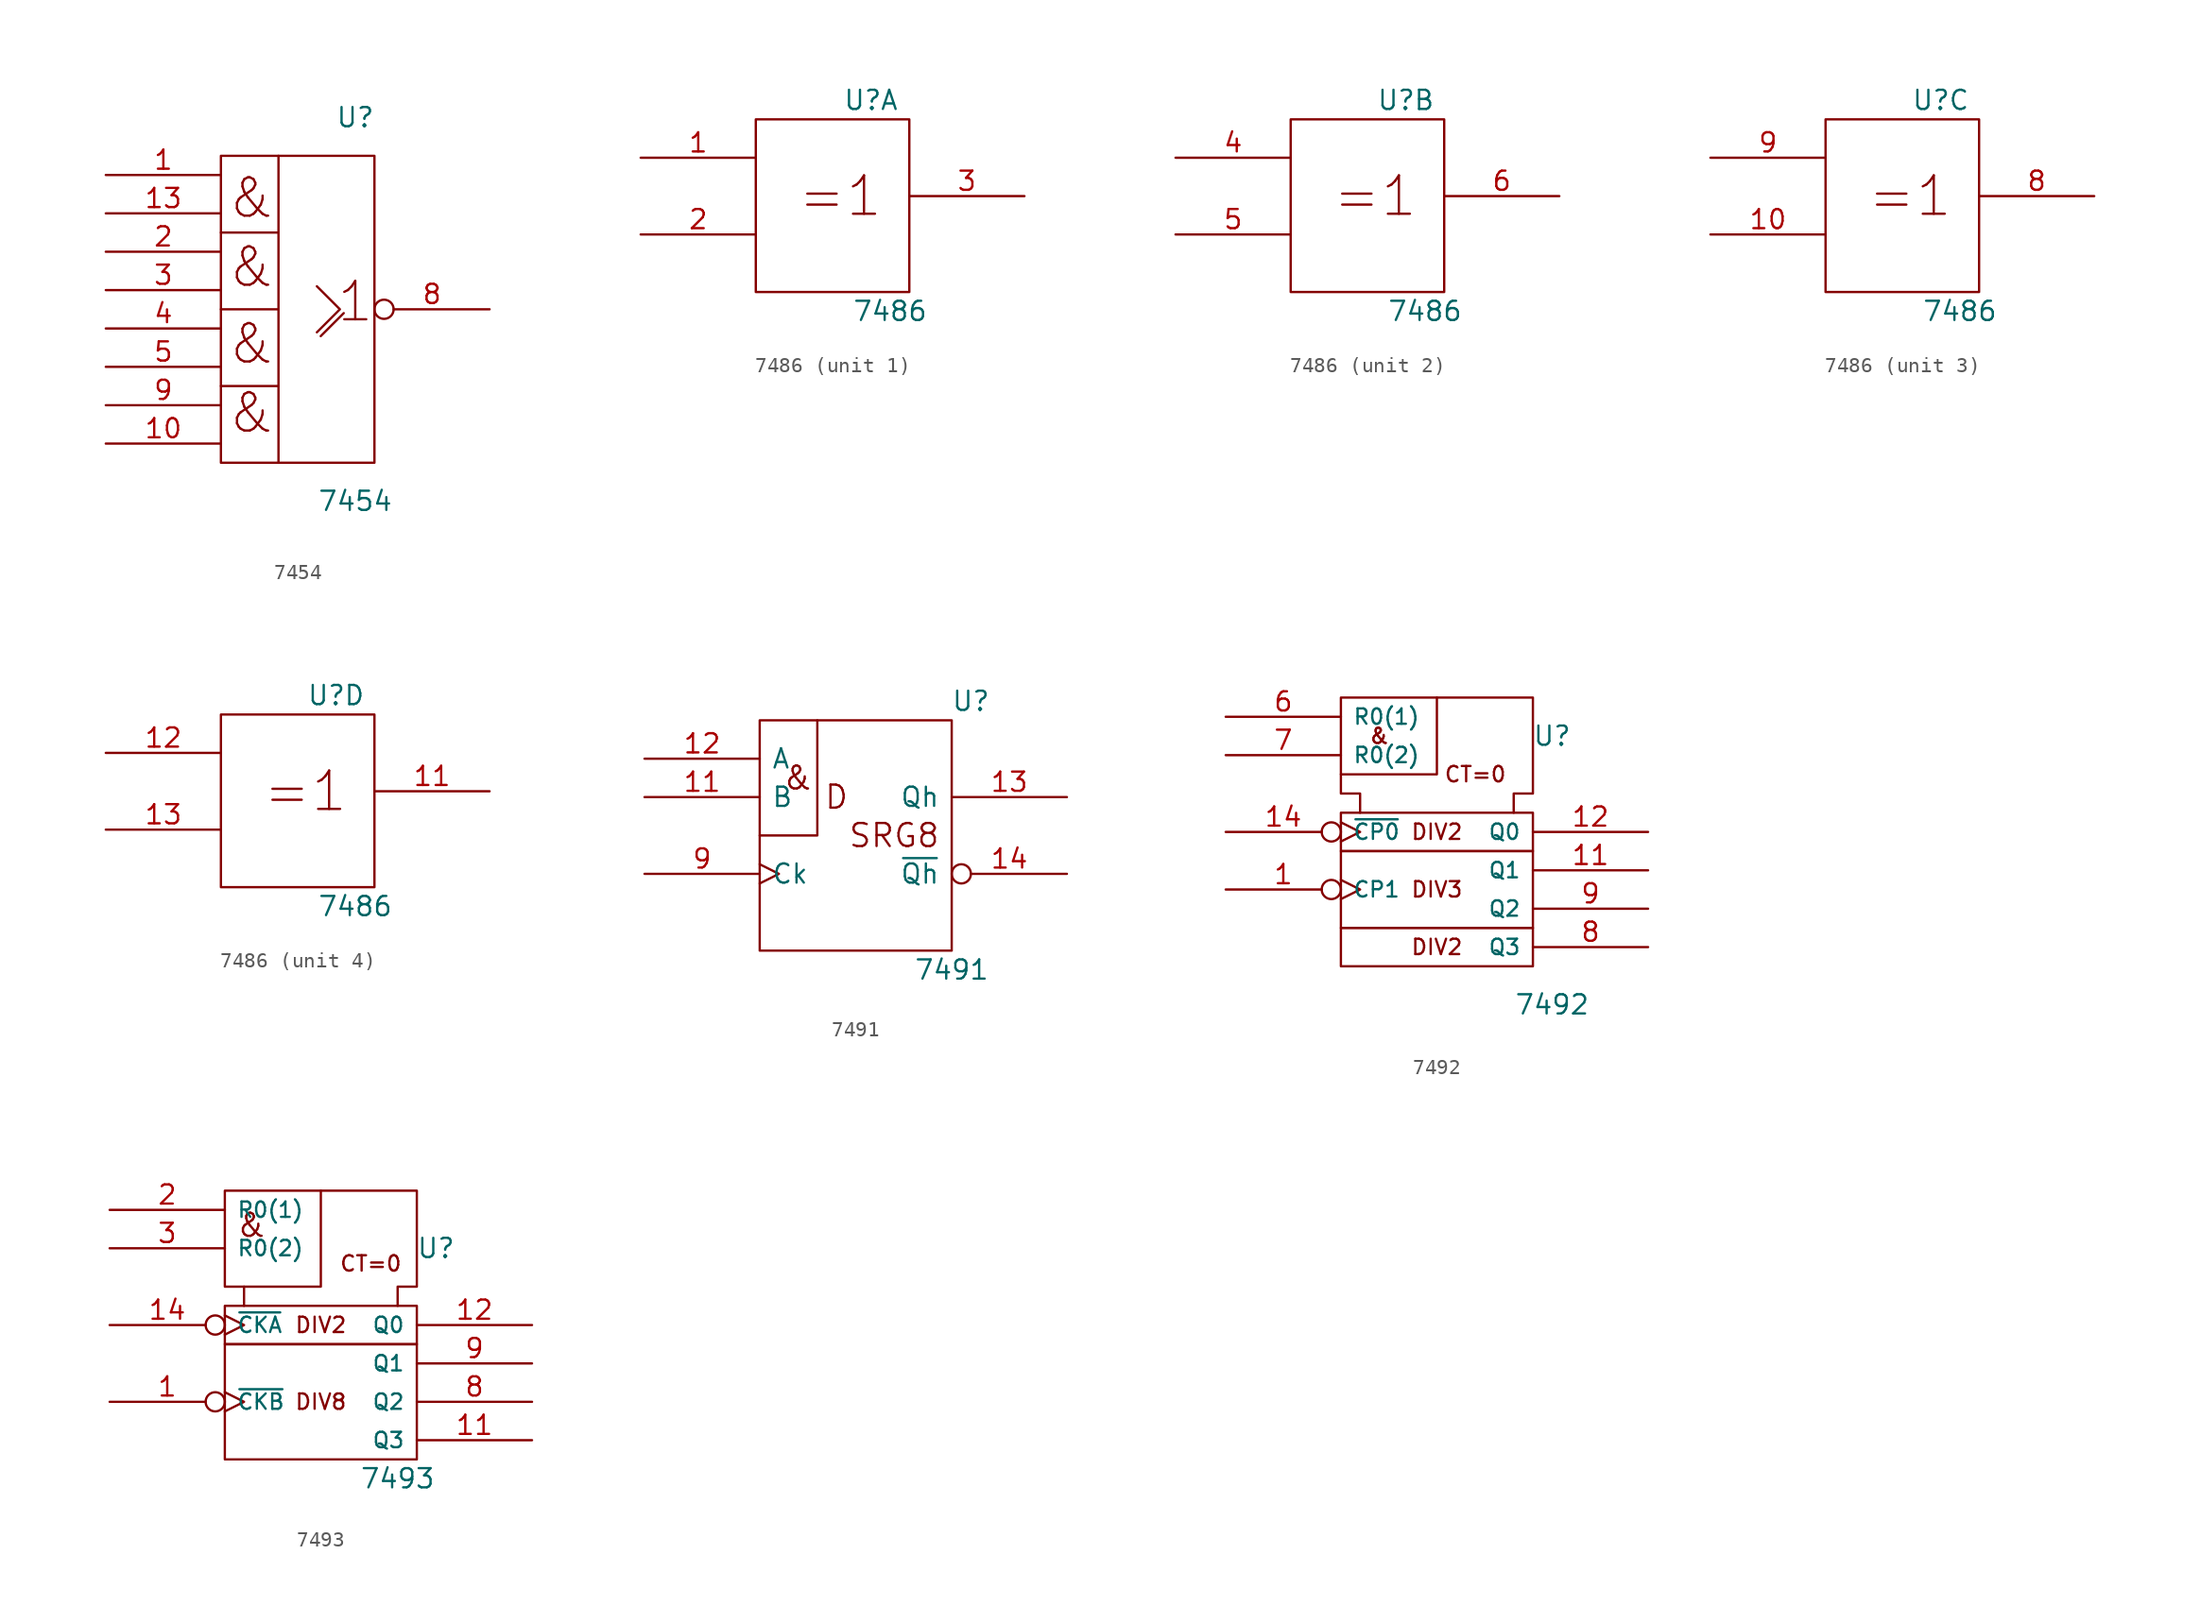
<source format=kicad_sym>
(kicad_symbol_lib
  (version 20201005)
  (generator kicad_symbol_editor)
  (symbol "74xx_IEEE:7454"
    (pin_names
      (offset 0.762))
    (property "Reference" "U"
      (at 3.81 12.7 0)
      (effects (font (size 1.27 1.27))))
    (property "Value" "7454"
      (at 3.81 -12.7 0)
      (effects (font (size 1.27 1.27))))
    (symbol "7454_0_0"
      (text "&" (at -3.048 -6.858 0) (effects (font (size 2.54 2.54))))
      (text "&" (at -3.048 -2.286 0) (effects (font (size 2.54 2.54))))
      (text "&" (at -3.048 2.794 0) (effects (font (size 2.54 2.54))))
      (text "&" (at -3.048 7.366 0) (effects (font (size 2.54 2.54))))
      (text "1" (at 3.81 0.508 0) (effects (font (size 2.54 2.54))))
      (polyline (pts (xy 1.524 -1.778) (xy 3.048 -0.254) (xy 3.048 -0.254)) (stroke (width 0)) (fill (type none)))
      (polyline (pts (xy 1.27 1.524) (xy 2.794 0) (xy 1.27 -1.524) (xy 1.27 -1.524)) (stroke (width 0)) (fill (type none)))
      (pin power_in line (at 0 10.16 270) (length 0) hide (name "VCC" (effects (font (size 1.27 1.27)))) (number "14" (effects (font (size 1.27 1.27))))))
    (symbol "7454_0_1"
      (rectangle (start -5.08 10.16) (end 5.08 -10.16) (stroke (width 0)) (fill (type none)))
      (polyline (pts (xy -1.27 10.16) (xy -1.27 5.08) (xy -5.08 5.08) (xy -1.27 5.08) (xy -1.27 0) (xy -5.08 0) (xy -1.27 0) (xy -1.27 -5.08) (xy -5.08 -5.08) (xy -1.27 -5.08) (xy -1.27 -10.16) (xy -1.27 -10.16)) (stroke (width 0)) (fill (type none)))
      (pin power_in line (at 0 -10.16 90) (length 0) hide (name "GND" (effects (font (size 1.27 1.27)))) (number "7" (effects (font (size 1.27 1.27))))))
    (symbol "7454_1_1"
      (pin input line (at -12.7 8.89 0) (length 7.62) (name "~" (effects (font (size 1.27 1.27)))) (number "1" (effects (font (size 1.27 1.27)))))
      (pin input line (at -12.7 -8.89 0) (length 7.62) (name "~" (effects (font (size 1.27 1.27)))) (number "10" (effects (font (size 1.27 1.27)))))
      (pin input line (at -12.7 6.35 0) (length 7.62) (name "~" (effects (font (size 1.27 1.27)))) (number "13" (effects (font (size 1.27 1.27)))))
      (pin input line (at -12.7 3.81 0) (length 7.62) (name "~" (effects (font (size 1.27 1.27)))) (number "2" (effects (font (size 1.27 1.27)))))
      (pin input line (at -12.7 1.27 0) (length 7.62) (name "~" (effects (font (size 1.27 1.27)))) (number "3" (effects (font (size 1.27 1.27)))))
      (pin input line (at -12.7 -1.27 0) (length 7.62) (name "~" (effects (font (size 1.27 1.27)))) (number "4" (effects (font (size 1.27 1.27)))))
      (pin input line (at -12.7 -3.81 0) (length 7.62) (name "~" (effects (font (size 1.27 1.27)))) (number "5" (effects (font (size 1.27 1.27)))))
      (pin output inverted (at 12.7 0 180) (length 7.62) (name "~" (effects (font (size 1.27 1.27)))) (number "8" (effects (font (size 1.27 1.27)))))
      (pin input line (at -12.7 -6.35 0) (length 7.62) (name "~" (effects (font (size 1.27 1.27)))) (number "9" (effects (font (size 1.27 1.27)))))))
  (symbol "74xx_IEEE:7486"
    (pin_names
      (offset 0.762))
    (property "Reference" "U"
      (at 2.54 6.35 0)
      (effects (font (size 1.27 1.27))))
    (property "Value" "7486"
      (at 3.81 -7.62 0)
      (effects (font (size 1.27 1.27))))
    (symbol "7486_0_1"
      (text "=1" (at 0.508 0 0) (effects (font (size 2.54 2.54))))
      (rectangle (start -5.08 5.08) (end 5.08 -6.35) (stroke (width 0)) (fill (type none)))
      (pin power_in line (at 0 5.08 270) (length 0) hide (name "Vcc" (effects (font (size 1.27 1.27)))) (number "14" (effects (font (size 1.27 1.27)))))
      (pin power_in line (at 0 -6.35 90) (length 0) hide (name "Gnd" (effects (font (size 1.27 1.27)))) (number "7" (effects (font (size 1.27 1.27))))))
    (symbol "7486_1_1"
      (pin input line (at -12.7 2.54 0) (length 7.62) (name "~" (effects (font (size 1.27 1.27)))) (number "1" (effects (font (size 1.27 1.27)))))
      (pin input line (at -12.7 -2.54 0) (length 7.62) (name "~" (effects (font (size 1.27 1.27)))) (number "2" (effects (font (size 1.27 1.27)))))
      (pin output line (at 12.7 0 180) (length 7.62) (name "~" (effects (font (size 1.27 1.27)))) (number "3" (effects (font (size 1.27 1.27))))))
    (symbol "7486_2_1"
      (pin input line (at -12.7 2.54 0) (length 7.62) (name "~" (effects (font (size 1.27 1.27)))) (number "4" (effects (font (size 1.27 1.27)))))
      (pin input line (at -12.7 -2.54 0) (length 7.62) (name "~" (effects (font (size 1.27 1.27)))) (number "5" (effects (font (size 1.27 1.27)))))
      (pin output line (at 12.7 0 180) (length 7.62) (name "~" (effects (font (size 1.27 1.27)))) (number "6" (effects (font (size 1.27 1.27))))))
    (symbol "7486_3_1"
      (pin input line (at -12.7 -2.54 0) (length 7.62) (name "~" (effects (font (size 1.27 1.27)))) (number "10" (effects (font (size 1.27 1.27)))))
      (pin output line (at 12.7 0 180) (length 7.62) (name "~" (effects (font (size 1.27 1.27)))) (number "8" (effects (font (size 1.27 1.27)))))
      (pin input line (at -12.7 2.54 0) (length 7.62) (name "~" (effects (font (size 1.27 1.27)))) (number "9" (effects (font (size 1.27 1.27))))))
    (symbol "7486_4_1"
      (pin output line (at 12.7 0 180) (length 7.62) (name "~" (effects (font (size 1.27 1.27)))) (number "11" (effects (font (size 1.27 1.27)))))
      (pin input line (at -12.7 2.54 0) (length 7.62) (name "~" (effects (font (size 1.27 1.27)))) (number "12" (effects (font (size 1.27 1.27)))))
      (pin input line (at -12.7 -2.54 0) (length 7.62) (name "~" (effects (font (size 1.27 1.27)))) (number "13" (effects (font (size 1.27 1.27)))))))
  (symbol "74xx_IEEE:7491"
    (pin_names
      (offset 0.762))
    (property "Reference" "U"
      (at 7.62 8.89 0)
      (effects (font (size 1.27 1.27))))
    (property "Value" "7491"
      (at 6.35 -8.89 0)
      (effects (font (size 1.27 1.27))))
    (symbol "7491_0_0"
      (text "&" (at -3.81 3.81 0) (effects (font (size 1.524 1.524))))
      (text "D" (at -1.27 2.54 0) (effects (font (size 1.524 1.524))))
      (text "SRG8" (at 2.54 0 0) (effects (font (size 1.524 1.524))))
      (pin power_in line (at 0 -7.62 90) (length 0) hide (name "GND" (effects (font (size 1.27 1.27)))) (number "10" (effects (font (size 1.27 1.27)))))
      (pin power_in line (at 0 7.62 270) (length 0) hide (name "VCC" (effects (font (size 1.27 1.27)))) (number "5" (effects (font (size 1.27 1.27))))))
    (symbol "7491_0_1"
      (rectangle (start -6.35 7.62) (end 6.35 -7.62) (stroke (width 0)) (fill (type none)))
      (polyline (pts (xy -2.54 7.62) (xy -2.54 0) (xy -6.35 0) (xy -6.35 0)) (stroke (width 0)) (fill (type none))))
    (symbol "7491_1_1"
      (pin input line (at -13.97 2.54 0) (length 7.62) (name "B" (effects (font (size 1.27 1.27)))) (number "11" (effects (font (size 1.27 1.27)))))
      (pin input line (at -13.97 5.08 0) (length 7.62) (name "A" (effects (font (size 1.27 1.27)))) (number "12" (effects (font (size 1.27 1.27)))))
      (pin output line (at 13.97 2.54 180) (length 7.62) (name "Qh" (effects (font (size 1.27 1.27)))) (number "13" (effects (font (size 1.27 1.27)))))
      (pin output inverted (at 13.97 -2.54 180) (length 7.62) (name "~Qh" (effects (font (size 1.27 1.27)))) (number "14" (effects (font (size 1.27 1.27)))))
      (pin input clock (at -13.97 -2.54 0) (length 7.62) (name "Ck" (effects (font (size 1.27 1.27)))) (number "9" (effects (font (size 1.27 1.27)))))))
  (symbol "74xx_IEEE:7492"
    (pin_names
      (offset 0.762))
    (property "Reference" "U"
      (at 7.62 6.35 0)
      (effects (font (size 1.27 1.27))))
    (property "Value" "7492"
      (at 7.62 -11.43 0)
      (effects (font (size 1.27 1.27))))
    (symbol "7492_0_0"
      (text "&" (at -3.81 6.35 0) (effects (font (size 1.016 1.016))))
      (text "CT=0" (at 2.54 3.81 0) (effects (font (size 1.016 1.016))))
      (text "DIV2" (at 0 -7.62 0) (effects (font (size 1.016 1.016))))
      (text "DIV2" (at 0 0 0) (effects (font (size 1.016 1.016))))
      (text "DIV3" (at 0 -3.81 0) (effects (font (size 1.016 1.016))))
      (rectangle (start -6.35 -6.35) (end 6.35 -8.89) (stroke (width 0)) (fill (type none)))
      (rectangle (start -6.35 -1.27) (end 6.35 -6.35) (stroke (width 0)) (fill (type none)))
      (rectangle (start -6.35 1.27) (end 6.35 -1.27) (stroke (width 0)) (fill (type none)))
      (polyline (pts (xy 0 8.89) (xy 0 3.81) (xy -6.35 3.81) (xy -6.35 3.81)) (stroke (width 0)) (fill (type none)))
      (polyline (pts (xy -5.08 1.27) (xy -5.08 2.54) (xy -6.35 2.54) (xy -6.35 8.89) (xy 6.35 8.89) (xy 6.35 2.54) (xy 5.08 2.54) (xy 5.08 1.27) (xy 5.08 1.27)) (stroke (width 0)) (fill (type none)))
      (pin input line (at 2.54 8.89 270) (length 0) hide (name "GND" (effects (font (size 1.016 1.016)))) (number "10" (effects (font (size 1.27 1.27)))))
      (pin power_in line (at 5.08 8.89 270) (length 0) hide (name "VCC" (effects (font (size 1.016 1.016)))) (number "5" (effects (font (size 1.27 1.27))))))
    (symbol "7492_1_1"
      (pin input inverted_clock (at -13.97 -3.81 0) (length 7.62) (name "CP1" (effects (font (size 1.016 1.016)))) (number "1" (effects (font (size 1.27 1.27)))))
      (pin output line (at 13.97 -2.54 180) (length 7.62) (name "Q1" (effects (font (size 1.016 1.016)))) (number "11" (effects (font (size 1.27 1.27)))))
      (pin output line (at 13.97 0 180) (length 7.62) (name "Q0" (effects (font (size 1.016 1.016)))) (number "12" (effects (font (size 1.27 1.27)))))
      (pin input inverted_clock (at -13.97 0 0) (length 7.62) (name "~CP0" (effects (font (size 1.016 1.016)))) (number "14" (effects (font (size 1.27 1.27)))))
      (pin input line (at -13.97 7.62 0) (length 7.62) (name "R0(1)" (effects (font (size 1.016 1.016)))) (number "6" (effects (font (size 1.27 1.27)))))
      (pin input line (at -13.97 5.08 0) (length 7.62) (name "R0(2)" (effects (font (size 1.016 1.016)))) (number "7" (effects (font (size 1.27 1.27)))))
      (pin output line (at 13.97 -7.62 180) (length 7.62) (name "Q3" (effects (font (size 1.016 1.016)))) (number "8" (effects (font (size 1.27 1.27)))))
      (pin output line (at 13.97 -5.08 180) (length 7.62) (name "Q2" (effects (font (size 1.016 1.016)))) (number "9" (effects (font (size 1.27 1.27)))))))
  (symbol "74xx_IEEE:7493"
    (pin_names
      (offset 0.762))
    (property "Reference" "U"
      (at 7.62 5.08 0)
      (effects (font (size 1.27 1.27))))
    (property "Value" "7493"
      (at 5.08 -10.16 0)
      (effects (font (size 1.27 1.27))))
    (symbol "7493_0_0"
      (text "&" (at -4.572 6.604 0) (effects (font (size 1.524 1.524))))
      (text "CT=0" (at 3.302 4.064 0) (effects (font (size 1.016 1.016))))
      (text "DIV2" (at 0 0 0) (effects (font (size 1.016 1.016))))
      (text "DIV8" (at 0 -5.08 0) (effects (font (size 1.016 1.016))))
      (rectangle (start -6.35 -1.27) (end 6.35 -8.89) (stroke (width 0)) (fill (type none)))
      (rectangle (start -6.35 1.27) (end 6.35 -1.27) (stroke (width 0)) (fill (type none)))
      (polyline (pts (xy 0 8.89) (xy 0 2.54) (xy -5.08 2.54) (xy -5.08 2.54)) (stroke (width 0)) (fill (type none)))
      (polyline (pts (xy -5.08 1.27) (xy -5.08 2.54) (xy -6.35 2.54) (xy -6.35 8.89) (xy 6.35 8.89) (xy 6.35 2.54) (xy 5.08 2.54) (xy 5.08 1.27) (xy 5.08 1.27)) (stroke (width 0)) (fill (type none)))
      (pin input line (at 1.27 8.89 270) (length 0) hide (name "GND" (effects (font (size 1.016 1.016)))) (number "10" (effects (font (size 1.27 1.27)))))
      (pin power_in line (at 5.08 8.89 270) (length 0) hide (name "VCC" (effects (font (size 1.016 1.016)))) (number "5" (effects (font (size 1.27 1.27))))))
    (symbol "7493_1_1"
      (pin input inverted_clock (at -13.97 -5.08 0) (length 7.62) (name "~CKB" (effects (font (size 1.016 1.016)))) (number "1" (effects (font (size 1.27 1.27)))))
      (pin output line (at 13.97 -7.62 180) (length 7.62) (name "Q3" (effects (font (size 1.016 1.016)))) (number "11" (effects (font (size 1.27 1.27)))))
      (pin output line (at 13.97 0 180) (length 7.62) (name "Q0" (effects (font (size 1.016 1.016)))) (number "12" (effects (font (size 1.27 1.27)))))
      (pin input inverted_clock (at -13.97 0 0) (length 7.62) (name "~CKA" (effects (font (size 1.016 1.016)))) (number "14" (effects (font (size 1.27 1.27)))))
      (pin input line (at -13.97 7.62 0) (length 7.62) (name "R0(1)" (effects (font (size 1.016 1.016)))) (number "2" (effects (font (size 1.27 1.27)))))
      (pin input line (at -13.97 5.08 0) (length 7.62) (name "R0(2)" (effects (font (size 1.016 1.016)))) (number "3" (effects (font (size 1.27 1.27)))))
      (pin output line (at 13.97 -5.08 180) (length 7.62) (name "Q2" (effects (font (size 1.016 1.016)))) (number "8" (effects (font (size 1.27 1.27)))))
      (pin output line (at 13.97 -2.54 180) (length 7.62) (name "Q1" (effects (font (size 1.016 1.016)))) (number "9" (effects (font (size 1.27 1.27))))))))
</source>
